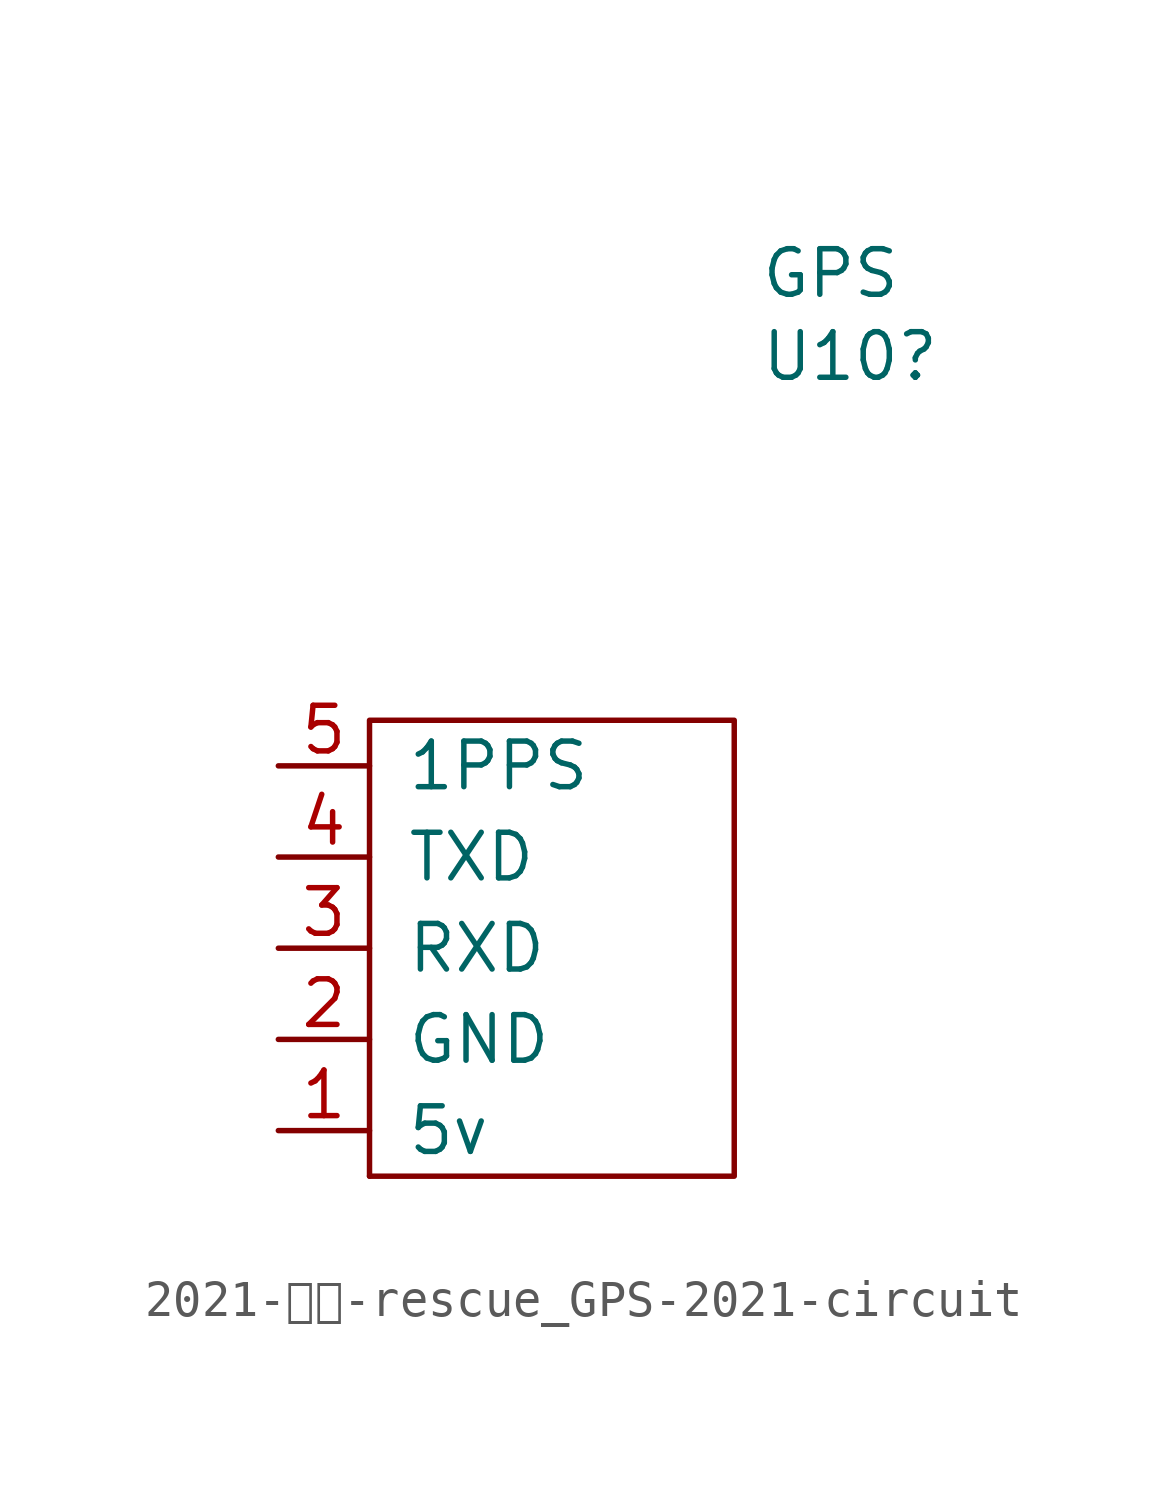
<source format=kicad_sym>
(kicad_symbol_lib
  (version 20211014)
  (generator kicad_symbol_editor)
  (symbol "2021-回路-rescue_GPS-2021-circuit"
    (pin_names
      (offset 1.016))
    (property "Reference" "U10"
      (at 5.791 7.595 0)
      (effects (font (size 1.27 1.27)) (justify left)))
    (property "Value" "GPS"
      (at 5.791 9.906 0)
      (effects (font (size 1.27 1.27)) (justify left)))
    (symbol "2021-回路-rescue_GPS-2021-circuit_0_1"
      (rectangle (start -5.08 -15.24) (end -5.08 -15.24) (stroke (width 0) (type default) (color 0 0 0 0)) (fill (type none)))
      (rectangle (start -5.08 -2.54) (end 5.08 -15.24) (stroke (width 0) (type default) (color 0 0 0 0)) (fill (type none))))
    (symbol "2021-回路-rescue_GPS-2021-circuit_1_1"
      (pin power_in line (at -7.62 -13.97 0) (length 2.54) (name "5v~{}" (effects (font (size 1.27 1.27)))) (number "1" (effects (font (size 1.27 1.27)))))
      (pin passive line (at -7.62 -11.43 0) (length 2.54) (name "GND~{}" (effects (font (size 1.27 1.27)))) (number "2" (effects (font (size 1.27 1.27)))))
      (pin passive line (at -7.62 -8.89 0) (length 2.54) (name "RXD~{}" (effects (font (size 1.27 1.27)))) (number "3" (effects (font (size 1.27 1.27)))))
      (pin passive line (at -7.62 -6.35 0) (length 2.54) (name "TXD~{}" (effects (font (size 1.27 1.27)))) (number "4" (effects (font (size 1.27 1.27)))))
      (pin passive line (at -7.62 -3.81 0) (length 2.54) (name "1PPS" (effects (font (size 1.27 1.27)))) (number "5" (effects (font (size 1.27 1.27))))))))
</source>
